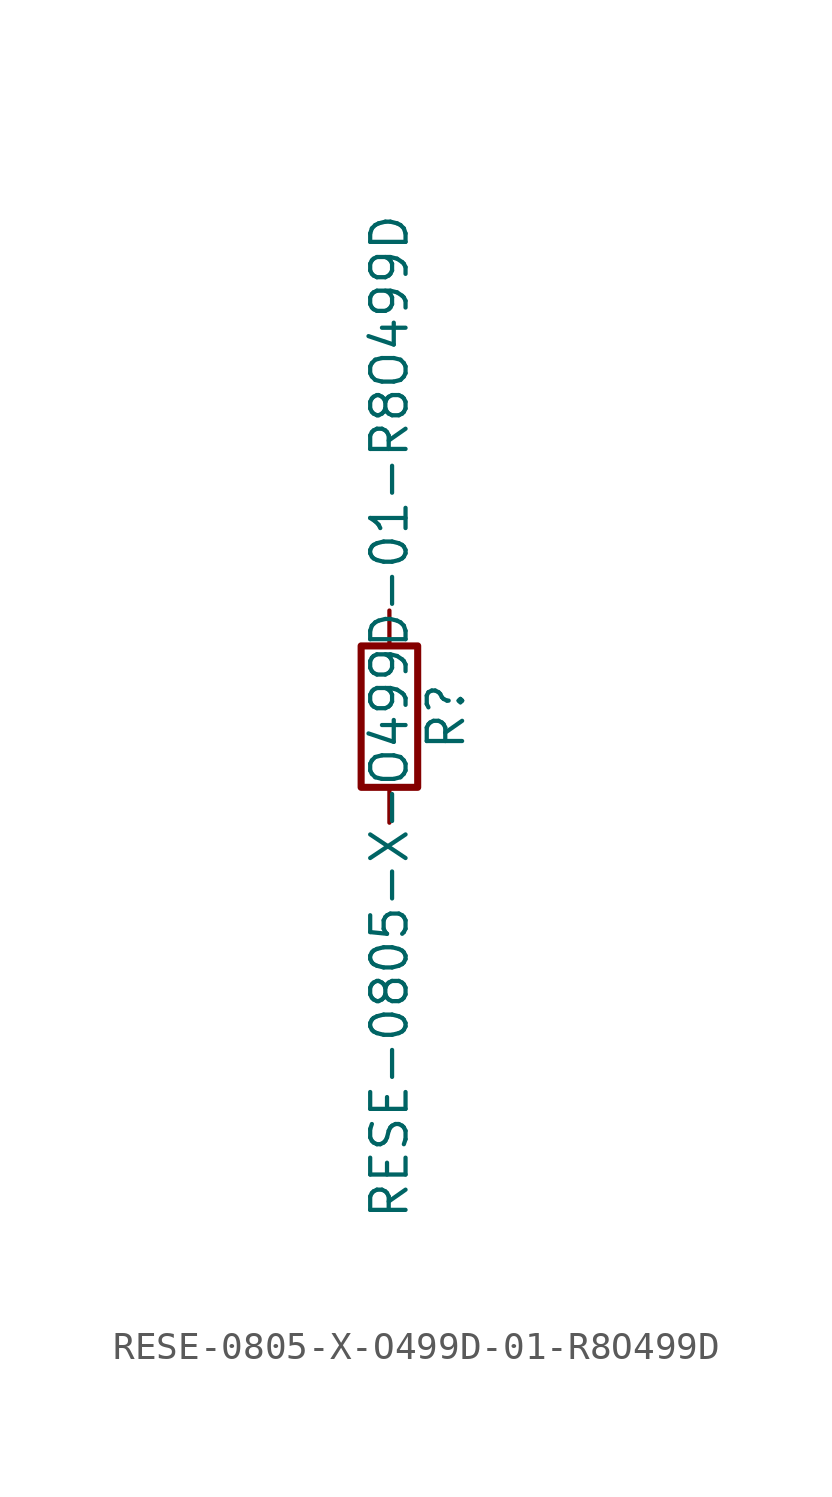
<source format=kicad_sym>
(kicad_symbol_lib
  (version 20211014)
  (generator kicad_symbol_editor)
  (symbol "RESE-0805-X-O499D-01-R8O499D"
    (pin_numbers hide)
    (pin_names
      (offset 0))
    (property "Reference" "R"
      (at 2.032 0 90)
      (effects (font (size 1.27 1.27))))
    (property "Value" "RESE-0805-X-O499D-01-R8O499D"
      (at 0 0 90)
      (effects (font (size 1.27 1.27))))
    (symbol "RESE-0805-X-O499D-01-R8O499D_0_1"
      (rectangle (start -1.016 -2.54) (end 1.016 2.54) (stroke (width 0.254) (type default) (color 0 0 0 0)) (fill (type none))))
    (symbol "RESE-0805-X-O499D-01-R8O499D_1_1"
      (pin passive line (at 0 3.81 270) (length 1.27) (name "~" (effects (font (size 1.27 1.27)))) (number "1" (effects (font (size 1.27 1.27)))))
      (pin passive line (at 0 -3.81 90) (length 1.27) (name "~" (effects (font (size 1.27 1.27)))) (number "2" (effects (font (size 1.27 1.27))))))))
</source>
